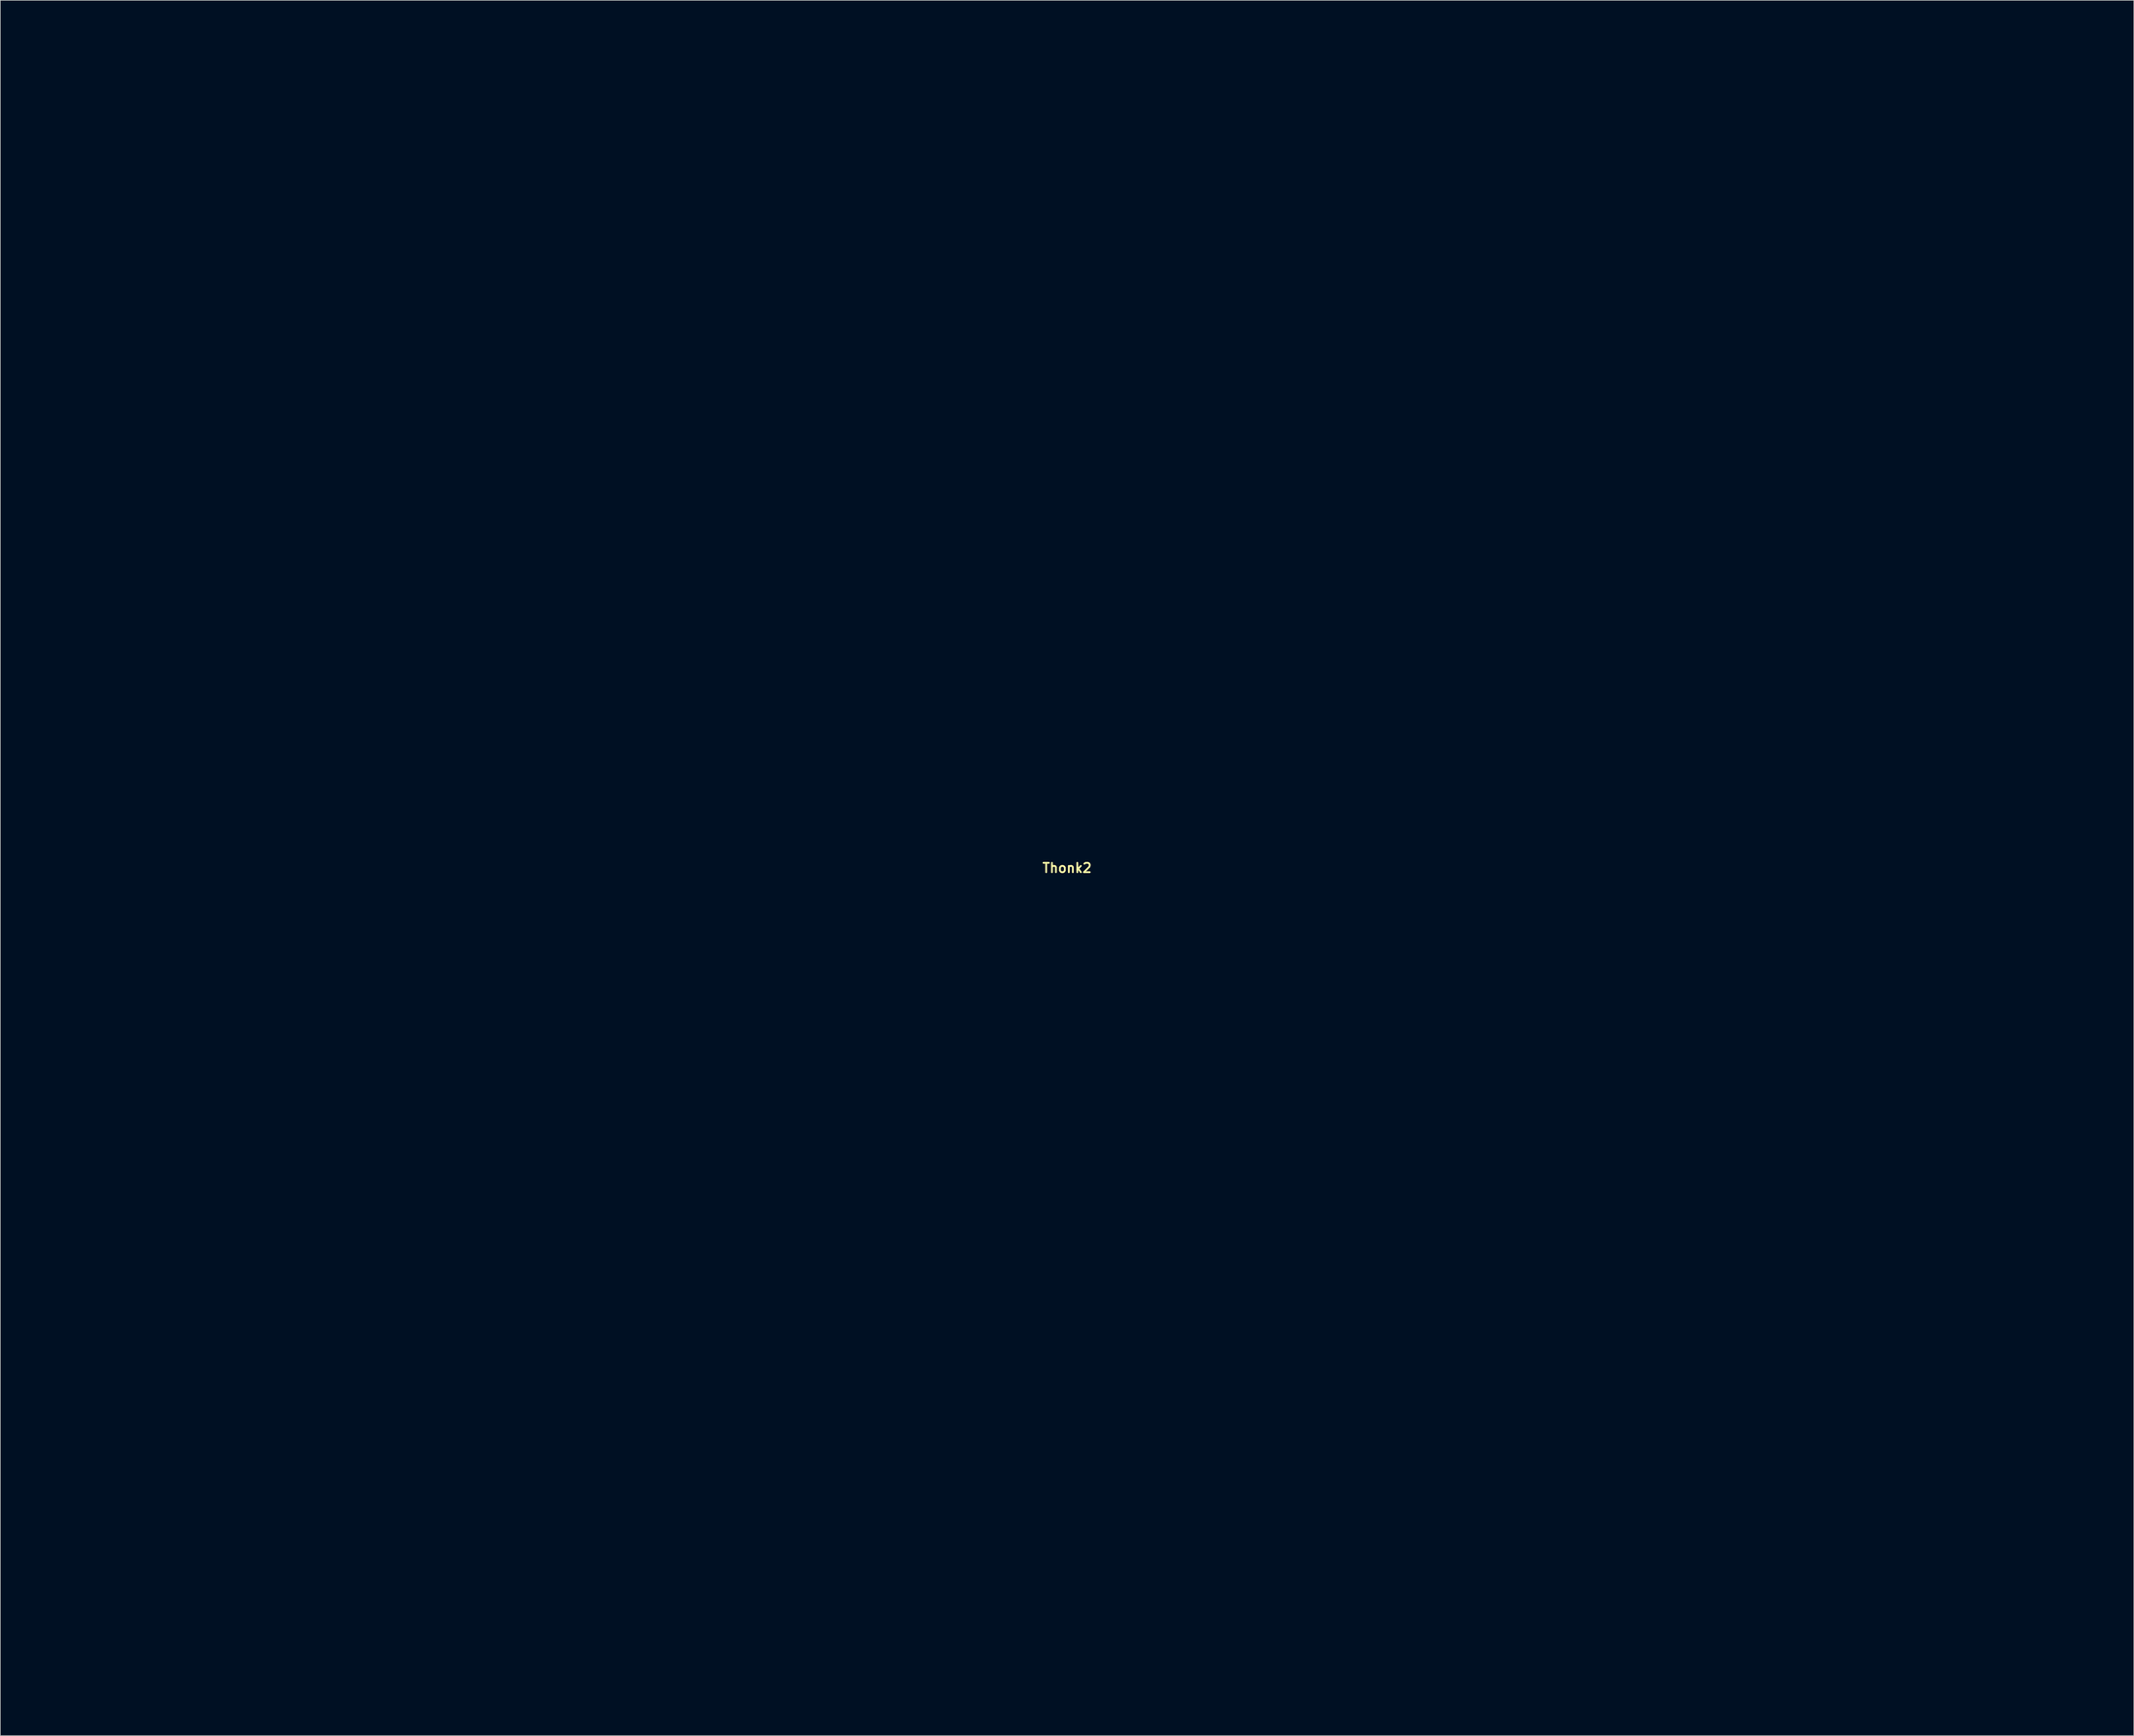
<source format=kicad_pcb>
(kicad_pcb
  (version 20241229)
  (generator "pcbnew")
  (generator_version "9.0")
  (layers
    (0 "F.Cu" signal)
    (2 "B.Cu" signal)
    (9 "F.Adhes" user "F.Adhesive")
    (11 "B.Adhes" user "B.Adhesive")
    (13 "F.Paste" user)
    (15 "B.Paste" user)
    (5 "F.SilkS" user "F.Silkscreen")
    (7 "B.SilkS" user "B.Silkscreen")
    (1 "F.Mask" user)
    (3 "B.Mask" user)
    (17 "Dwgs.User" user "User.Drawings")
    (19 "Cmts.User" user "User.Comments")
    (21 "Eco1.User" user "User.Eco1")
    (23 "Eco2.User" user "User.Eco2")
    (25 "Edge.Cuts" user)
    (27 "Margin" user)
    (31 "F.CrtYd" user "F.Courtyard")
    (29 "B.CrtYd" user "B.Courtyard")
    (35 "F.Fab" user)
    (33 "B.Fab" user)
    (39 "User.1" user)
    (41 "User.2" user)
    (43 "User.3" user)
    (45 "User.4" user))
  (footprint "Thonk2"
    (layer "F.Cu")
    (at 171.102 138.647)
    (property "Reference" "Thonk2" (at 0 0 0) (layer "F.SilkS") (effects (font (size 1.524 1.524) (thickness 0.3))))
    (attr through_hole)
    (fp_poly (pts (xy 171.097 138.642) (xy -171.097 138.642) (xy -171.097 -138.642) (xy 171.097 -138.642) (xy 171.097 138.642)) (stroke (width 0.01) (type solid)) (fill no) (layer "Eco2.User")))
  (gr_rect
    (start -3 -3)
    (end 345.204 280.293)
    (stroke (width 0.1) (type default))
    (fill no)
    (layer "Edge.Cuts")))
</source>
